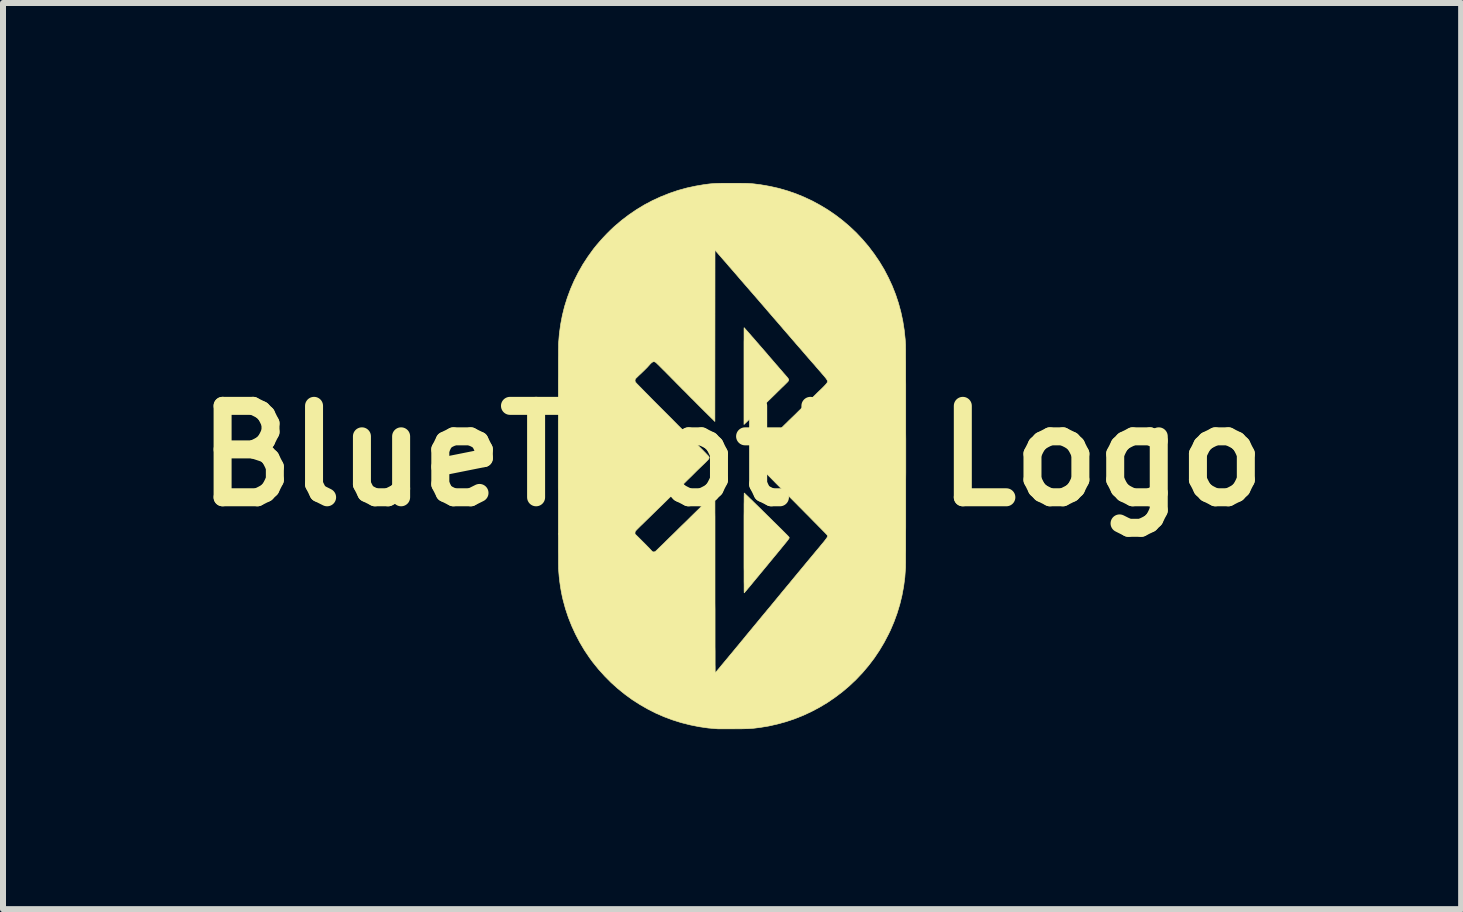
<source format=kicad_pcb>
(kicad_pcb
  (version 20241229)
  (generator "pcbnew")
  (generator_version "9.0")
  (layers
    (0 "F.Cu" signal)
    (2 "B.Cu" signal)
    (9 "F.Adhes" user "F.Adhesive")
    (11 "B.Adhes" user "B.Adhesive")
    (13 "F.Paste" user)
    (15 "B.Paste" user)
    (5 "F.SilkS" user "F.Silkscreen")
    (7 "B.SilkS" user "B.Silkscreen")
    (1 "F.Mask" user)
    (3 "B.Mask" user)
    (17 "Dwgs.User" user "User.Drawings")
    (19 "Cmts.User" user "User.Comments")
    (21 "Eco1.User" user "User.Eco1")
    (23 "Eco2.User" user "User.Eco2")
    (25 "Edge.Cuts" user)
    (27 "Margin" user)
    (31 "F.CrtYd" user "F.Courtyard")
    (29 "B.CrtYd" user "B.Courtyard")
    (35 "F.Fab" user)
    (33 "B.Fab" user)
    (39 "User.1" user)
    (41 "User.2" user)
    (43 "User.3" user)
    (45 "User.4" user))
  (footprint "BlueTooth Logo"
    (layer "F.Cu")
    (at 9.151 4.549)
    (property "Reference" "BlueTooth Logo" (at 0 0 0) (layer "F.SilkS") (effects (font (size 1.524 1.524) (thickness 0.3))))
    (attr through_hole)
    (fp_poly (pts (xy 0.204 -2.135) (xy 0.213 -2.125) (xy 0.226 -2.11) (xy 0.245 -2.089) (xy 0.268 -2.063) (xy 0.295 -2.032) (xy 0.326 -1.996) (xy 0.362 -1.956) (xy 0.4 -1.911) (xy 0.443 -1.862) (xy 0.488 -1.81) (xy 0.537 -1.754) (xy 0.588 -1.695) (xy 0.603 -1.676) (xy 0.638 -1.636) (xy 0.673 -1.596) (xy 0.706 -1.557) (xy 0.738 -1.52) (xy 0.768 -1.486) (xy 0.795 -1.454) (xy 0.819 -1.427) (xy 0.839 -1.404) (xy 0.854 -1.386) (xy 0.861 -1.378) (xy 0.885 -1.351) (xy 0.904 -1.329) (xy 0.918 -1.313) (xy 0.928 -1.3) (xy 0.935 -1.29) (xy 0.94 -1.283) (xy 0.943 -1.277) (xy 0.944 -1.272) (xy 0.944 -1.268) (xy 0.944 -1.266) (xy 0.943 -1.26) (xy 0.941 -1.254) (xy 0.936 -1.246) (xy 0.928 -1.236) (xy 0.915 -1.223) (xy 0.897 -1.205) (xy 0.896 -1.204) (xy 0.879 -1.187) (xy 0.857 -1.165) (xy 0.83 -1.14) (xy 0.8 -1.11) (xy 0.767 -1.078) (xy 0.732 -1.043) (xy 0.694 -1.006) (xy 0.655 -0.968) (xy 0.615 -0.929) (xy 0.574 -0.889) (xy 0.534 -0.849) (xy 0.494 -0.81) (xy 0.455 -0.772) (xy 0.417 -0.736) (xy 0.382 -0.702) (xy 0.35 -0.67) (xy 0.321 -0.642) (xy 0.295 -0.617) (xy 0.274 -0.596) (xy 0.257 -0.58) (xy 0.246 -0.569) (xy 0.243 -0.566) (xy 0.199 -0.524) (xy 0.199 -1.331) (xy 0.199 -1.413) (xy 0.199 -1.493) (xy 0.199 -1.57) (xy 0.199 -1.643) (xy 0.199 -1.714) (xy 0.199 -1.78) (xy 0.199 -1.842) (xy 0.199 -1.9) (xy 0.2 -1.952) (xy 0.2 -1.998) (xy 0.2 -2.039) (xy 0.2 -2.073) (xy 0.2 -2.101) (xy 0.2 -2.121) (xy 0.201 -2.133) (xy 0.201 -2.138) (xy 0.201 -2.138) (xy 0.204 -2.135)) (stroke (width 0.01) (type solid)) (fill yes) (layer "F.SilkS"))
    (fp_poly (pts (xy 0.206 0.621) (xy 0.216 0.629) (xy 0.23 0.643) (xy 0.249 0.661) (xy 0.273 0.684) (xy 0.3 0.711) (xy 0.332 0.741) (xy 0.366 0.775) (xy 0.403 0.811) (xy 0.443 0.85) (xy 0.485 0.891) (xy 0.522 0.928) (xy 0.581 0.986) (xy 0.635 1.039) (xy 0.683 1.087) (xy 0.726 1.129) (xy 0.765 1.167) (xy 0.798 1.2) (xy 0.828 1.229) (xy 0.853 1.255) (xy 0.875 1.276) (xy 0.893 1.295) (xy 0.909 1.31) (xy 0.921 1.323) (xy 0.931 1.333) (xy 0.938 1.341) (xy 0.944 1.348) (xy 0.948 1.352) (xy 0.95 1.356) (xy 0.952 1.359) (xy 0.952 1.361) (xy 0.953 1.363) (xy 0.953 1.365) (xy 0.952 1.366) (xy 0.952 1.369) (xy 0.949 1.374) (xy 0.945 1.381) (xy 0.938 1.391) (xy 0.929 1.403) (xy 0.917 1.419) (xy 0.901 1.439) (xy 0.882 1.462) (xy 0.859 1.49) (xy 0.832 1.523) (xy 0.801 1.561) (xy 0.765 1.605) (xy 0.724 1.655) (xy 0.714 1.666) (xy 0.675 1.714) (xy 0.634 1.763) (xy 0.593 1.814) (xy 0.551 1.864) (xy 0.511 1.913) (xy 0.471 1.96) (xy 0.435 2.005) (xy 0.401 2.045) (xy 0.371 2.082) (xy 0.346 2.112) (xy 0.341 2.118) (xy 0.315 2.15) (xy 0.29 2.18) (xy 0.267 2.207) (xy 0.247 2.231) (xy 0.23 2.251) (xy 0.216 2.267) (xy 0.207 2.277) (xy 0.203 2.282) (xy 0.202 2.282) (xy 0.202 2.278) (xy 0.202 2.265) (xy 0.201 2.245) (xy 0.201 2.218) (xy 0.201 2.184) (xy 0.201 2.144) (xy 0.2 2.097) (xy 0.2 2.045) (xy 0.2 1.988) (xy 0.2 1.926) (xy 0.199 1.859) (xy 0.199 1.789) (xy 0.199 1.714) (xy 0.199 1.637) (xy 0.199 1.557) (xy 0.199 1.474) (xy 0.199 1.45) (xy 0.199 1.347) (xy 0.199 1.251) (xy 0.199 1.16) (xy 0.199 1.076) (xy 0.199 0.998) (xy 0.2 0.927) (xy 0.2 0.863) (xy 0.2 0.806) (xy 0.201 0.756) (xy 0.201 0.713) (xy 0.201 0.678) (xy 0.202 0.651) (xy 0.202 0.632) (xy 0.203 0.621) (xy 0.203 0.618) (xy 0.206 0.621)) (stroke (width 0.01) (type solid)) (fill yes) (layer "F.SilkS"))
    (fp_poly (pts (xy 0.056 -4.544) (xy 0.108 -4.544) (xy 0.154 -4.544) (xy 0.195 -4.543) (xy 0.231 -4.543) (xy 0.263 -4.542) (xy 0.293 -4.54) (xy 0.321 -4.538) (xy 0.348 -4.536) (xy 0.376 -4.533) (xy 0.405 -4.529) (xy 0.436 -4.525) (xy 0.47 -4.521) (xy 0.483 -4.519) (xy 0.632 -4.493) (xy 0.779 -4.46) (xy 0.924 -4.418) (xy 1.066 -4.369) (xy 1.205 -4.312) (xy 1.341 -4.248) (xy 1.473 -4.176) (xy 1.602 -4.098) (xy 1.726 -4.013) (xy 1.846 -3.921) (xy 1.961 -3.823) (xy 2.071 -3.719) (xy 2.175 -3.608) (xy 2.274 -3.492) (xy 2.367 -3.369) (xy 2.369 -3.366) (xy 2.456 -3.238) (xy 2.535 -3.107) (xy 2.606 -2.971) (xy 2.67 -2.833) (xy 2.726 -2.691) (xy 2.774 -2.546) (xy 2.814 -2.399) (xy 2.846 -2.249) (xy 2.87 -2.097) (xy 2.886 -1.944) (xy 2.891 -1.865) (xy 2.892 -1.854) (xy 2.892 -1.834) (xy 2.892 -1.807) (xy 2.893 -1.773) (xy 2.893 -1.731) (xy 2.893 -1.683) (xy 2.893 -1.628) (xy 2.894 -1.567) (xy 2.894 -1.501) (xy 2.894 -1.429) (xy 2.894 -1.352) (xy 2.894 -1.27) (xy 2.895 -1.184) (xy 2.895 -1.095) (xy 2.895 -1.001) (xy 2.895 -0.904) (xy 2.895 -0.805) (xy 2.895 -0.702) (xy 2.895 -0.598) (xy 2.895 -0.492) (xy 2.895 -0.384) (xy 2.896 -0.274) (xy 2.896 -0.164) (xy 2.896 -0.054) (xy 2.896 0.057) (xy 2.896 0.168) (xy 2.896 0.278) (xy 2.895 0.387) (xy 2.895 0.495) (xy 2.895 0.601) (xy 2.895 0.706) (xy 2.895 0.808) (xy 2.895 0.908) (xy 2.895 1.005) (xy 2.895 1.098) (xy 2.895 1.188) (xy 2.894 1.274) (xy 2.894 1.355) (xy 2.894 1.432) (xy 2.894 1.504) (xy 2.894 1.571) (xy 2.893 1.632) (xy 2.893 1.686) (xy 2.893 1.735) (xy 2.893 1.777) (xy 2.892 1.811) (xy 2.892 1.838) (xy 2.892 1.858) (xy 2.891 1.869) (xy 2.891 1.869) (xy 2.88 2.024) (xy 2.86 2.177) (xy 2.832 2.327) (xy 2.796 2.475) (xy 2.752 2.62) (xy 2.7 2.763) (xy 2.64 2.904) (xy 2.605 2.976) (xy 2.533 3.113) (xy 2.454 3.245) (xy 2.368 3.373) (xy 2.275 3.495) (xy 2.175 3.613) (xy 2.069 3.725) (xy 1.957 3.831) (xy 1.838 3.932) (xy 1.834 3.935) (xy 1.712 4.027) (xy 1.586 4.113) (xy 1.455 4.191) (xy 1.321 4.262) (xy 1.183 4.326) (xy 1.042 4.382) (xy 0.899 4.43) (xy 0.753 4.47) (xy 0.605 4.503) (xy 0.483 4.523) (xy 0.447 4.528) (xy 0.415 4.532) (xy 0.386 4.536) (xy 0.358 4.539) (xy 0.331 4.541) (xy 0.303 4.543) (xy 0.274 4.545) (xy 0.242 4.546) (xy 0.207 4.547) (xy 0.166 4.548) (xy 0.12 4.548) (xy 0.068 4.548) (xy 0.028 4.549) (xy -0.018 4.549) (xy -0.062 4.549) (xy -0.103 4.549) (xy -0.14 4.549) (xy -0.173 4.549) (xy -0.201 4.549) (xy -0.223 4.549) (xy -0.238 4.548) (xy -0.243 4.548) (xy -0.397 4.535) (xy -0.549 4.513) (xy -0.698 4.483) (xy -0.845 4.446) (xy -0.989 4.401) (xy -1.131 4.348) (xy -1.269 4.288) (xy -1.403 4.22) (xy -1.534 4.145) (xy -1.661 4.064) (xy -1.783 3.975) (xy -1.901 3.88) (xy -2.014 3.779) (xy -2.122 3.67) (xy -2.225 3.556) (xy -2.322 3.436) (xy -2.377 3.361) (xy -2.461 3.236) (xy -2.538 3.106) (xy -2.608 2.972) (xy -2.672 2.833) (xy -2.728 2.692) (xy -2.776 2.548) (xy -2.816 2.401) (xy -2.83 2.341) (xy -2.845 2.266) (xy -2.859 2.185) (xy -2.871 2.101) (xy -2.881 2.015) (xy -2.888 1.931) (xy -2.891 1.887) (xy -2.892 1.876) (xy -2.892 1.857) (xy -2.892 1.831) (xy -2.893 1.797) (xy -2.893 1.756) (xy -2.893 1.709) (xy -2.893 1.655) (xy -2.894 1.594) (xy -2.894 1.529) (xy -2.894 1.457) (xy -2.894 1.381) (xy -2.895 1.3) (xy -2.895 1.282) (xy -1.617 1.282) (xy -1.617 1.301) (xy -1.514 1.403) (xy -1.487 1.43) (xy -1.46 1.457) (xy -1.434 1.483) (xy -1.41 1.508) (xy -1.389 1.529) (xy -1.373 1.546) (xy -1.367 1.553) (xy -1.35 1.571) (xy -1.338 1.584) (xy -1.329 1.592) (xy -1.322 1.597) (xy -1.315 1.599) (xy -1.309 1.6) (xy -1.305 1.6) (xy -1.286 1.597) (xy -1.276 1.591) (xy -1.271 1.586) (xy -1.261 1.577) (xy -1.245 1.562) (xy -1.225 1.542) (xy -1.201 1.519) (xy -1.173 1.492) (xy -1.142 1.462) (xy -1.109 1.429) (xy -1.073 1.394) (xy -1.036 1.357) (xy -1.024 1.346) (xy -0.98 1.303) (xy -0.933 1.257) (xy -0.884 1.208) (xy -0.834 1.159) (xy -0.783 1.11) (xy -0.734 1.062) (xy -0.688 1.016) (xy -0.645 0.974) (xy -0.606 0.936) (xy -0.593 0.923) (xy -0.558 0.889) (xy -0.523 0.855) (xy -0.491 0.823) (xy -0.46 0.793) (xy -0.432 0.765) (xy -0.407 0.741) (xy -0.386 0.721) (xy -0.371 0.705) (xy -0.36 0.694) (xy -0.36 0.694) (xy -0.337 0.671) (xy -0.317 0.654) (xy -0.3 0.644) (xy -0.287 0.639) (xy -0.286 0.639) (xy -0.286 0.643) (xy -0.286 0.656) (xy -0.285 0.676) (xy -0.285 0.704) (xy -0.285 0.739) (xy -0.285 0.781) (xy -0.285 0.829) (xy -0.285 0.884) (xy -0.285 0.945) (xy -0.284 1.012) (xy -0.284 1.084) (xy -0.284 1.162) (xy -0.284 1.244) (xy -0.284 1.331) (xy -0.284 1.422) (xy -0.284 1.516) (xy -0.284 1.615) (xy -0.284 1.717) (xy -0.284 1.822) (xy -0.284 1.929) (xy -0.284 2.039) (xy -0.284 2.125) (xy -0.284 2.237) (xy -0.284 2.346) (xy -0.284 2.453) (xy -0.283 2.557) (xy -0.283 2.658) (xy -0.283 2.756) (xy -0.283 2.85) (xy -0.283 2.94) (xy -0.283 3.026) (xy -0.283 3.107) (xy -0.283 3.183) (xy -0.282 3.254) (xy -0.282 3.32) (xy -0.282 3.379) (xy -0.282 3.433) (xy -0.282 3.48) (xy -0.281 3.52) (xy -0.281 3.554) (xy -0.281 3.58) (xy -0.281 3.598) (xy -0.28 3.609) (xy -0.28 3.611) (xy -0.276 3.608) (xy -0.268 3.601) (xy -0.264 3.597) (xy -0.26 3.593) (xy -0.251 3.582) (xy -0.237 3.565) (xy -0.218 3.543) (xy -0.195 3.515) (xy -0.169 3.483) (xy -0.138 3.446) (xy -0.104 3.405) (xy -0.067 3.361) (xy -0.027 3.312) (xy 0.016 3.261) (xy 0.061 3.206) (xy 0.108 3.15) (xy 0.156 3.091) (xy 0.207 3.03) (xy 0.235 2.995) (xy 0.321 2.891) (xy 0.409 2.785) (xy 0.497 2.678) (xy 0.586 2.571) (xy 0.675 2.464) (xy 0.763 2.357) (xy 0.85 2.251) (xy 0.936 2.148) (xy 1.02 2.046) (xy 1.101 1.948) (xy 1.18 1.853) (xy 1.255 1.762) (xy 1.327 1.676) (xy 1.394 1.595) (xy 1.457 1.52) (xy 1.479 1.493) (xy 1.508 1.458) (xy 1.532 1.429) (xy 1.551 1.405) (xy 1.566 1.385) (xy 1.577 1.37) (xy 1.585 1.357) (xy 1.589 1.348) (xy 1.591 1.339) (xy 1.591 1.332) (xy 1.589 1.326) (xy 1.586 1.319) (xy 1.585 1.318) (xy 1.581 1.314) (xy 1.572 1.303) (xy 1.557 1.288) (xy 1.537 1.267) (xy 1.512 1.242) (xy 1.483 1.212) (xy 1.449 1.178) (xy 1.412 1.14) (xy 1.37 1.098) (xy 1.326 1.053) (xy 1.278 1.004) (xy 1.227 0.953) (xy 1.174 0.899) (xy 1.118 0.843) (xy 1.061 0.785) (xy 1.002 0.726) (xy 0.967 0.691) (xy 0.907 0.631) (xy 0.849 0.572) (xy 0.792 0.515) (xy 0.737 0.46) (xy 0.685 0.407) (xy 0.636 0.357) (xy 0.589 0.31) (xy 0.546 0.266) (xy 0.506 0.226) (xy 0.47 0.19) (xy 0.438 0.157) (xy 0.411 0.129) (xy 0.388 0.106) (xy 0.37 0.088) (xy 0.357 0.075) (xy 0.35 0.067) (xy 0.349 0.066) (xy 0.342 0.056) (xy 0.338 0.046) (xy 0.336 0.037) (xy 0.338 0.027) (xy 0.342 0.016) (xy 0.35 0.003) (xy 0.363 -0.013) (xy 0.379 -0.031) (xy 0.401 -0.054) (xy 0.428 -0.081) (xy 0.461 -0.113) (xy 0.467 -0.118) (xy 0.484 -0.136) (xy 0.507 -0.158) (xy 0.536 -0.185) (xy 0.568 -0.217) (xy 0.605 -0.253) (xy 0.645 -0.292) (xy 0.688 -0.334) (xy 0.733 -0.378) (xy 0.78 -0.424) (xy 0.829 -0.472) (xy 0.878 -0.52) (xy 0.928 -0.569) (xy 0.952 -0.593) (xy 1.002 -0.641) (xy 1.053 -0.69) (xy 1.102 -0.739) (xy 1.151 -0.787) (xy 1.198 -0.833) (xy 1.244 -0.877) (xy 1.287 -0.919) (xy 1.326 -0.958) (xy 1.362 -0.993) (xy 1.394 -1.024) (xy 1.421 -1.051) (xy 1.443 -1.072) (xy 1.451 -1.08) (xy 1.485 -1.112) (xy 1.513 -1.14) (xy 1.536 -1.163) (xy 1.554 -1.182) (xy 1.568 -1.198) (xy 1.578 -1.21) (xy 1.585 -1.221) (xy 1.589 -1.229) (xy 1.591 -1.237) (xy 1.592 -1.243) (xy 1.591 -1.25) (xy 1.588 -1.258) (xy 1.583 -1.267) (xy 1.575 -1.28) (xy 1.564 -1.295) (xy 1.549 -1.314) (xy 1.53 -1.337) (xy 1.506 -1.364) (xy 1.478 -1.397) (xy 1.458 -1.42) (xy 1.415 -1.469) (xy 1.37 -1.522) (xy 1.32 -1.578) (xy 1.267 -1.639) (xy 1.21 -1.705) (xy 1.15 -1.775) (xy 1.084 -1.85) (xy 1.015 -1.93) (xy 0.941 -2.016) (xy 0.862 -2.107) (xy 0.779 -2.204) (xy 0.69 -2.306) (xy 0.596 -2.415) (xy 0.536 -2.485) (xy 0.479 -2.551) (xy 0.422 -2.617) (xy 0.365 -2.683) (xy 0.308 -2.748) (xy 0.252 -2.813) (xy 0.197 -2.876) (xy 0.143 -2.938) (xy 0.092 -2.998) (xy 0.042 -3.056) (xy -0.006 -3.111) (xy -0.051 -3.162) (xy -0.092 -3.211) (xy -0.131 -3.255) (xy -0.166 -3.295) (xy -0.196 -3.33) (xy -0.223 -3.36) (xy -0.244 -3.385) (xy -0.261 -3.404) (xy -0.267 -3.412) (xy -0.284 -3.43) (xy -0.285 -2.002) (xy -0.286 -0.574) (xy -0.476 -0.762) (xy -0.508 -0.794) (xy -0.545 -0.831) (xy -0.586 -0.872) (xy -0.631 -0.918) (xy -0.679 -0.965) (xy -0.728 -1.015) (xy -0.778 -1.066) (xy -0.829 -1.116) (xy -0.879 -1.167) (xy -0.927 -1.215) (xy -0.96 -1.249) (xy -1.002 -1.291) (xy -1.042 -1.332) (xy -1.08 -1.37) (xy -1.116 -1.407) (xy -1.15 -1.44) (xy -1.18 -1.47) (xy -1.207 -1.497) (xy -1.229 -1.519) (xy -1.248 -1.537) (xy -1.261 -1.55) (xy -1.269 -1.557) (xy -1.271 -1.559) (xy -1.288 -1.568) (xy -1.304 -1.571) (xy -1.319 -1.568) (xy -1.337 -1.557) (xy -1.356 -1.54) (xy -1.372 -1.523) (xy -1.415 -1.475) (xy -1.465 -1.425) (xy -1.52 -1.372) (xy -1.542 -1.352) (xy -1.562 -1.333) (xy -1.579 -1.316) (xy -1.594 -1.302) (xy -1.605 -1.29) (xy -1.611 -1.283) (xy -1.611 -1.283) (xy -1.617 -1.263) (xy -1.615 -1.242) (xy -1.61 -1.231) (xy -1.607 -1.226) (xy -1.597 -1.216) (xy -1.583 -1.2) (xy -1.563 -1.18) (xy -1.539 -1.155) (xy -1.51 -1.126) (xy -1.478 -1.093) (xy -1.442 -1.056) (xy -1.403 -1.017) (xy -1.361 -0.974) (xy -1.317 -0.929) (xy -1.27 -0.882) (xy -1.222 -0.834) (xy -1.192 -0.804) (xy -1.11 -0.722) (xy -1.033 -0.645) (xy -0.962 -0.573) (xy -0.897 -0.507) (xy -0.836 -0.447) (xy -0.78 -0.391) (xy -0.73 -0.34) (xy -0.683 -0.293) (xy -0.641 -0.251) (xy -0.603 -0.212) (xy -0.569 -0.178) (xy -0.539 -0.147) (xy -0.512 -0.12) (xy -0.488 -0.096) (xy -0.468 -0.075) (xy -0.45 -0.057) (xy -0.435 -0.041) (xy -0.422 -0.028) (xy -0.412 -0.017) (xy -0.403 -0.008) (xy -0.396 -0.000183) (xy -0.391 0.006) (xy -0.388 0.01) (xy -0.385 0.013) (xy -0.384 0.016) (xy -0.383 0.018) (xy -0.383 0.018) (xy -0.381 0.026) (xy -0.382 0.034) (xy -0.385 0.043) (xy -0.391 0.053) (xy -0.401 0.065) (xy -0.415 0.08) (xy -0.434 0.099) (xy -0.456 0.121) (xy -0.474 0.138) (xy -0.497 0.16) (xy -0.524 0.186) (xy -0.554 0.215) (xy -0.586 0.246) (xy -0.619 0.279) (xy -0.652 0.312) (xy -0.679 0.339) (xy -0.708 0.367) (xy -0.742 0.4) (xy -0.781 0.439) (xy -0.824 0.481) (xy -0.87 0.526) (xy -0.919 0.574) (xy -0.971 0.625) (xy -1.023 0.676) (xy -1.077 0.729) (xy -1.131 0.782) (xy -1.184 0.834) (xy -1.237 0.885) (xy -1.287 0.934) (xy -1.335 0.981) (xy -1.38 1.025) (xy -1.422 1.066) (xy -1.459 1.102) (xy -1.49 1.133) (xy -1.505 1.147) (xy -1.529 1.17) (xy -1.551 1.192) (xy -1.57 1.211) (xy -1.587 1.228) (xy -1.599 1.241) (xy -1.606 1.249) (xy -1.608 1.25) (xy -1.616 1.267) (xy -1.617 1.282) (xy -2.895 1.282) (xy -2.895 1.214) (xy -2.895 1.125) (xy -2.895 1.032) (xy -2.895 0.936) (xy -2.895 0.836) (xy -2.895 0.734) (xy -2.895 0.63) (xy -2.896 0.523) (xy -2.896 0.415) (xy -2.896 0.306) (xy -2.896 0.196) (xy -2.896 0.085) (xy -2.896 -0.026) (xy -2.896 -0.137) (xy -2.896 -0.247) (xy -2.896 -0.357) (xy -2.896 -0.466) (xy -2.896 -0.573) (xy -2.895 -0.678) (xy -2.895 -0.782) (xy -2.895 -0.882) (xy -2.895 -0.98) (xy -2.895 -1.075) (xy -2.895 -1.166) (xy -2.895 -1.254) (xy -2.894 -1.337) (xy -2.894 -1.416) (xy -2.894 -1.49) (xy -2.894 -1.558) (xy -2.894 -1.621) (xy -2.893 -1.678) (xy -2.893 -1.729) (xy -2.893 -1.774) (xy -2.892 -1.811) (xy -2.892 -1.841) (xy -2.892 -1.864) (xy -2.891 -1.878) (xy -2.891 -1.882) (xy -2.878 -2.038) (xy -2.857 -2.192) (xy -2.828 -2.343) (xy -2.791 -2.492) (xy -2.745 -2.638) (xy -2.692 -2.781) (xy -2.631 -2.921) (xy -2.562 -3.058) (xy -2.486 -3.192) (xy -2.401 -3.322) (xy -2.31 -3.448) (xy -2.298 -3.463) (xy -2.252 -3.52) (xy -2.2 -3.58) (xy -2.145 -3.641) (xy -2.088 -3.701) (xy -2.03 -3.759) (xy -1.974 -3.812) (xy -1.954 -3.83) (xy -1.836 -3.93) (xy -1.713 -4.023) (xy -1.586 -4.109) (xy -1.455 -4.188) (xy -1.32 -4.259) (xy -1.182 -4.322) (xy -1.041 -4.378) (xy -0.897 -4.427) (xy -0.75 -4.467) (xy -0.601 -4.499) (xy -0.483 -4.519) (xy -0.448 -4.524) (xy -0.417 -4.528) (xy -0.388 -4.532) (xy -0.361 -4.535) (xy -0.335 -4.537) (xy -0.308 -4.539) (xy -0.281 -4.541) (xy -0.251 -4.542) (xy -0.218 -4.543) (xy -0.181 -4.544) (xy -0.138 -4.544) (xy -0.09 -4.544) (xy -0.035 -4.544) (xy -0.004 -4.544) (xy 0.056 -4.544)) (stroke (width 0.01) (type solid)) (fill yes) (layer "F.SilkS")))
  (gr_rect
    (start -3 -3)
    (end 21.303 12.103)
    (stroke (width 0.1) (type default))
    (fill no)
    (layer "Edge.Cuts")))
</source>
